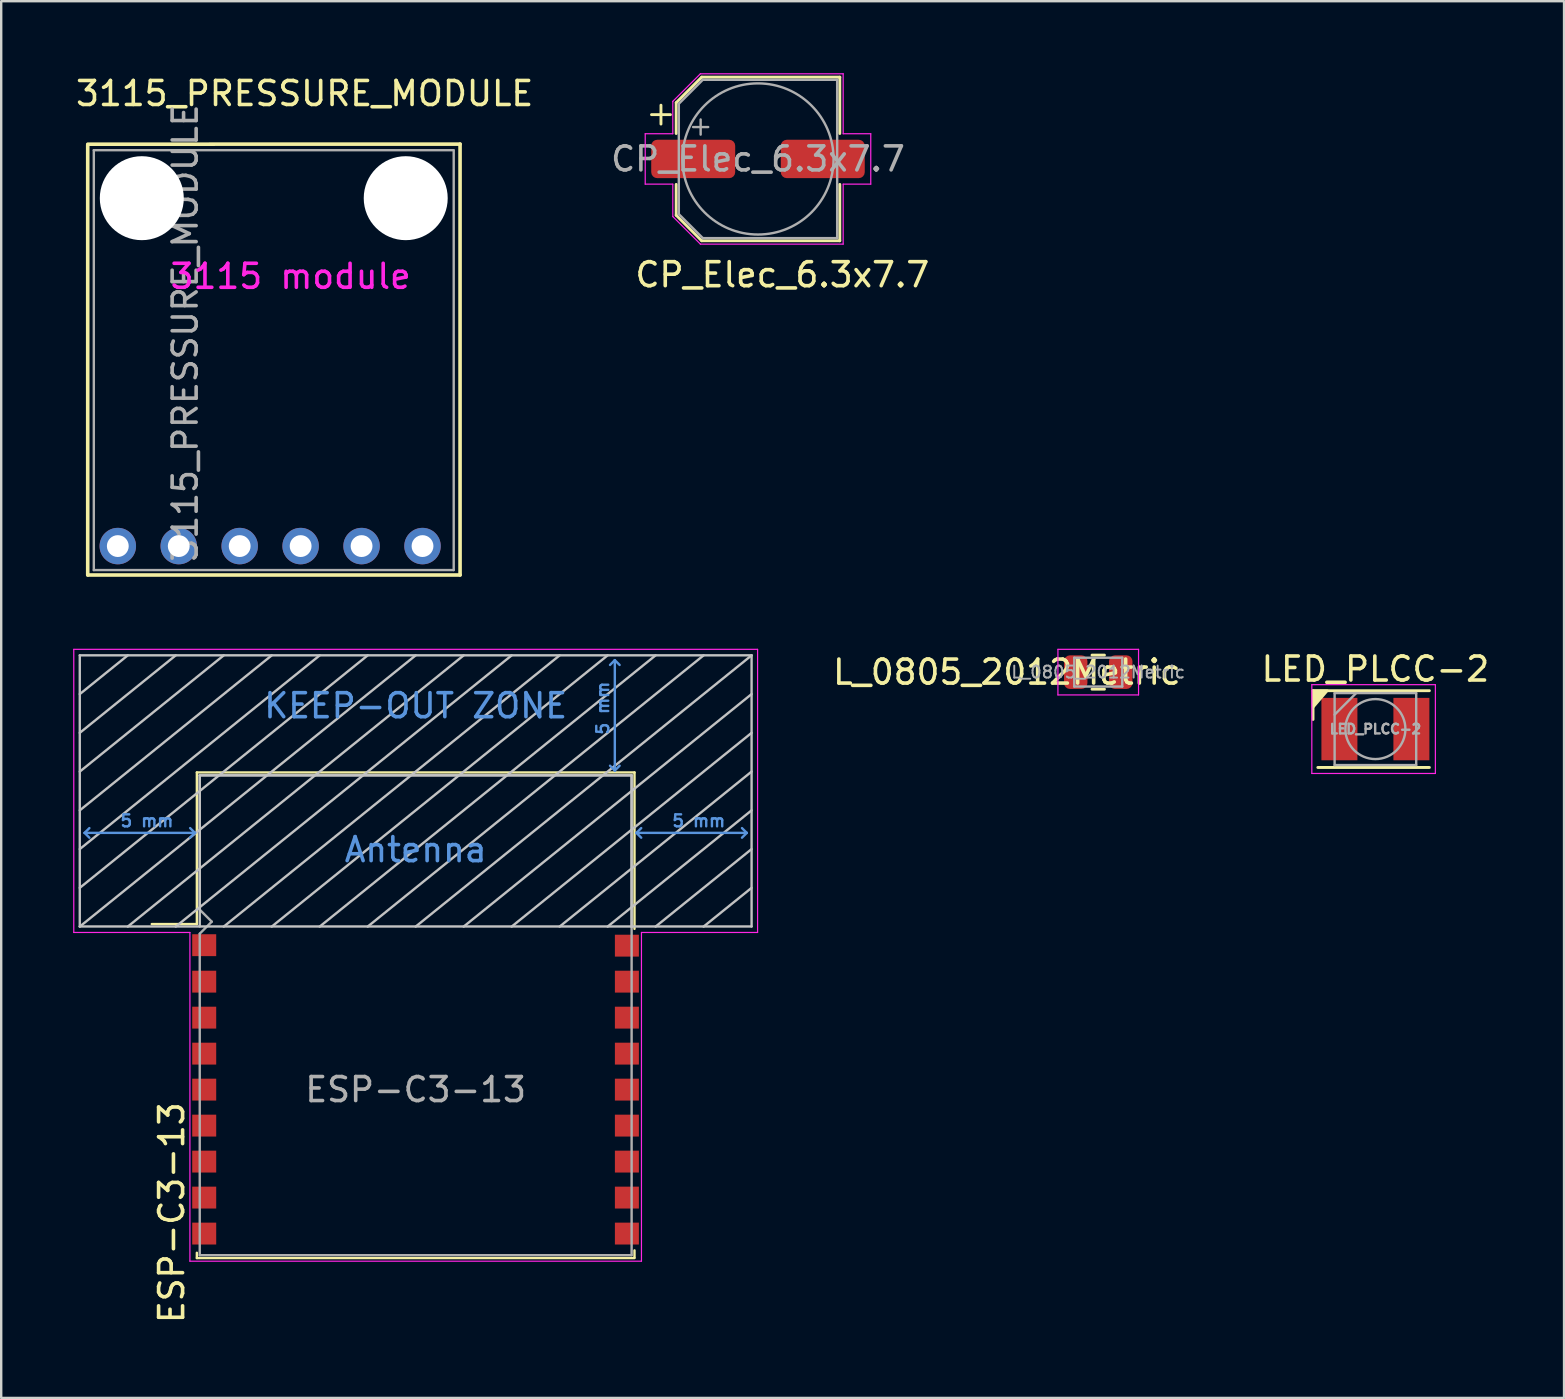
<source format=kicad_pcb>
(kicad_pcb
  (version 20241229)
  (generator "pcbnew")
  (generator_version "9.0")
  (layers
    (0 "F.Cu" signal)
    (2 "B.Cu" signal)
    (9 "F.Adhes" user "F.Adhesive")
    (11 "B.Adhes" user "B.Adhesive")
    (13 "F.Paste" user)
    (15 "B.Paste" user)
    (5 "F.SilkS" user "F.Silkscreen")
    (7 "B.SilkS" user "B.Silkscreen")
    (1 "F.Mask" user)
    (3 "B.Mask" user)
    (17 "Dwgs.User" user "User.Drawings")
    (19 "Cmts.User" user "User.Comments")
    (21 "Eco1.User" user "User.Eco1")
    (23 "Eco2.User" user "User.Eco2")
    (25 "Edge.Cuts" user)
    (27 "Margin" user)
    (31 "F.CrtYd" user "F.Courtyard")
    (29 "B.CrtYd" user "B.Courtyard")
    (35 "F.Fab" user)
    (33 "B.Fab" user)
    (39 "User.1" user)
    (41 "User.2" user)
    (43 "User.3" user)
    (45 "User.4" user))
  (footprint "L_0805_2012Metric"
    (layer "F.Cu")
    (at 42.723 24.964)
    (property "Reference" "L_0805_2012Metric" (at -3.81 0 0) (layer "F.SilkS") (effects (font (size 1 1) (thickness 0.15))))
    (attr smd)
    (fp_line (start -0.259 -0.71) (end 0.259 -0.71) (stroke (width 0.12) (type solid)) (layer "F.SilkS"))
    (fp_line (start -0.259 0.71) (end 0.259 0.71) (stroke (width 0.12) (type solid)) (layer "F.SilkS"))
    (fp_line (start -1.68 -0.95) (end 1.68 -0.95) (stroke (width 0.05) (type solid)) (layer "F.CrtYd"))
    (fp_line (start -1.68 0.95) (end -1.68 -0.95) (stroke (width 0.05) (type solid)) (layer "F.CrtYd"))
    (fp_line (start 1.68 -0.95) (end 1.68 0.95) (stroke (width 0.05) (type solid)) (layer "F.CrtYd"))
    (fp_line (start 1.68 0.95) (end -1.68 0.95) (stroke (width 0.05) (type solid)) (layer "F.CrtYd"))
    (fp_line (start -1 -0.6) (end 1 -0.6) (stroke (width 0.1) (type solid)) (layer "F.Fab"))
    (fp_line (start -1 0.6) (end -1 -0.6) (stroke (width 0.1) (type solid)) (layer "F.Fab"))
    (fp_line (start 1 -0.6) (end 1 0.6) (stroke (width 0.1) (type solid)) (layer "F.Fab"))
    (fp_line (start 1 0.6) (end -1 0.6) (stroke (width 0.1) (type solid)) (layer "F.Fab"))
    (fp_text user "${REFERENCE}" (at 0 0 0) (layer "F.Fab") (effects (font (size 0.5 0.5) (thickness 0.08))))
    (pad "1" smd roundrect (at -0.938 0) (size 0.975 1.4) (layers "F.Cu" "F.Mask" "F.Paste") (roundrect_rratio 0.25))
    (pad "2" smd roundrect (at 0.938 0) (size 0.975 1.4) (layers "F.Cu" "F.Mask" "F.Paste") (roundrect_rratio 0.25)))
  (footprint "3115_PRESSURE_MODULE"
    (layer "F.Cu")
    (at 0.86 3.21)
    (property "Reference" "3115_PRESSURE_MODULE" (at 8.788 -2.362 0) (layer "F.SilkS") (effects (font (size 1 1) (thickness 0.15))))
    (attr through_hole)
    (fp_line (start -0.254 17.704) (end -0.254 -0.229) (stroke (width 0.15) (type solid)) (layer "F.SilkS"))
    (fp_line (start -0.25 -0.25) (end 15.265 -0.254) (stroke (width 0.15) (type solid)) (layer "F.SilkS"))
    (fp_line (start -0.25 17.704) (end 15.265 17.704) (stroke (width 0.15) (type solid)) (layer "F.SilkS"))
    (fp_line (start 15.265 17.704) (end 15.265 -0.254) (stroke (width 0.15) (type solid)) (layer "F.SilkS"))
    (fp_line (start 0 0) (end 14.986 0) (stroke (width 0.1) (type solid)) (layer "F.Fab"))
    (fp_line (start 0 17.5) (end 15 17.5) (stroke (width 0.1) (type solid)) (layer "F.Fab"))
    (fp_line (start 0 17.501) (end 0 0) (stroke (width 0.1) (type solid)) (layer "F.Fab"))
    (fp_line (start 15 17.5) (end 15 0) (stroke (width 0.1) (type solid)) (layer "F.Fab"))
    (fp_text user "3115 module" (at 8.204 5.258 0) (layer "F.CrtYd") (effects (font (size 1 1) (thickness 0.15))))
    (fp_text user "${REFERENCE}" (at 3.81 7.62 90) (layer "F.Fab") (effects (font (size 1 1) (thickness 0.15))))
    (pad "" np_thru_hole circle (at 2 2) (size 3.5 3.5) (drill 3.5) (layers "*.Cu" "*.Mask"))
    (pad "" np_thru_hole circle (at 13 2) (size 3.5 3.5) (drill 3.5) (layers "*.Cu" "*.Mask"))
    (pad "1" thru_hole circle (at 1 16.5 270) (size 1.52 1.52) (drill 0.91) (layers "*.Cu" "*.Paste" "*.Mask"))
    (pad "2" thru_hole circle (at 3.54 16.5 270) (size 1.52 1.52) (drill 0.91) (layers "*.Cu" "*.Mask"))
    (pad "3" thru_hole circle (at 6.08 16.5 270) (size 1.52 1.52) (drill 0.91) (layers "*.Cu" "*.Mask"))
    (pad "4" thru_hole circle (at 8.62 16.5 270) (size 1.52 1.52) (drill 0.91) (layers "*.Cu" "*.Paste" "*.Mask"))
    (pad "5" thru_hole circle (at 11.16 16.5 270) (size 1.52 1.52) (drill 0.91) (layers "*.Cu" "*.Mask"))
    (pad "6" thru_hole circle (at 13.7 16.5 270) (size 1.52 1.52) (drill 0.91) (layers "*.Cu" "*.Mask")))
  (footprint "LED_PLCC-2"
    (layer "F.Cu")
    (at 54.275 27.337)
    (property "Reference" "LED_PLCC-2" (at 0 -2.5 0) (layer "F.SilkS") (effects (font (size 1 1) (thickness 0.15))))
    (attr smd)
    (fp_line (start -2.6 -1.6) (end -2.6 -0.4) (stroke (width 0.12) (type solid)) (layer "F.SilkS"))
    (fp_line (start 2.25 -1.6) (end -2.6 -1.6) (stroke (width 0.12) (type solid)) (layer "F.SilkS"))
    (fp_line (start 2.25 1.6) (end -2.4 1.6) (stroke (width 0.12) (type solid)) (layer "F.SilkS"))
    (fp_poly (pts (xy -2.6 -0.9) (xy -2.6 -1.6) (xy -2 -1.6)) (stroke (width 0.1) (type solid)) (fill yes) (layer "F.SilkS"))
    (fp_line (start -2.65 -1.85) (end 2.5 -1.85) (stroke (width 0.05) (type solid)) (layer "F.CrtYd"))
    (fp_line (start -2.65 1.85) (end -2.65 -1.85) (stroke (width 0.05) (type solid)) (layer "F.CrtYd"))
    (fp_line (start 2.5 -1.85) (end 2.5 1.85) (stroke (width 0.05) (type solid)) (layer "F.CrtYd"))
    (fp_line (start 2.5 1.85) (end -2.65 1.85) (stroke (width 0.05) (type solid)) (layer "F.CrtYd"))
    (fp_line (start -1.7 -1.5) (end -1.7 1.5) (stroke (width 0.1) (type solid)) (layer "F.Fab"))
    (fp_line (start -1.7 -0.6) (end -0.8 -1.5) (stroke (width 0.1) (type solid)) (layer "F.Fab"))
    (fp_line (start -1.7 1.5) (end 1.7 1.5) (stroke (width 0.1) (type solid)) (layer "F.Fab"))
    (fp_line (start 1.7 -1.5) (end -1.7 -1.5) (stroke (width 0.1) (type solid)) (layer "F.Fab"))
    (fp_line (start 1.7 1.5) (end 1.7 -1.5) (stroke (width 0.1) (type solid)) (layer "F.Fab"))
    (fp_circle (center 0 0) (end 0 -1.25) (stroke (width 0.1) (type solid)) (fill no) (layer "F.Fab"))
    (fp_text user "${REFERENCE}" (at 0 0 0) (layer "F.Fab") (effects (font (size 0.4 0.4) (thickness 0.1))))
    (pad "1" smd rect (at -1.5 0) (size 1.5 2.6) (layers "F.Cu" "F.Mask" "F.Paste"))
    (pad "2" smd rect (at 1.5 0) (size 1.5 2.6) (layers "F.Cu" "F.Mask" "F.Paste")))
  (footprint "CP_Elec_6.3x7.7"
    (layer "F.Cu")
    (at 28.542 3.575)
    (property "Reference" "CP_Elec_6.3x7.7" (at 1.016 4.826 180) (layer "F.SilkS") (effects (font (size 1 1) (thickness 0.15))))
    (attr smd)
    (fp_line (start -4.438 -1.847) (end -3.65 -1.847) (stroke (width 0.12) (type solid)) (layer "F.SilkS"))
    (fp_line (start -4.044 -2.241) (end -4.044 -1.454) (stroke (width 0.12) (type solid)) (layer "F.SilkS"))
    (fp_line (start -3.41 -2.346) (end -3.41 -1.06) (stroke (width 0.12) (type solid)) (layer "F.SilkS"))
    (fp_line (start -3.41 -2.346) (end -2.346 -3.41) (stroke (width 0.12) (type solid)) (layer "F.SilkS"))
    (fp_line (start -3.41 2.346) (end -3.41 1.06) (stroke (width 0.12) (type solid)) (layer "F.SilkS"))
    (fp_line (start -3.41 2.346) (end -2.346 3.41) (stroke (width 0.12) (type solid)) (layer "F.SilkS"))
    (fp_line (start -2.346 -3.41) (end 3.41 -3.41) (stroke (width 0.12) (type solid)) (layer "F.SilkS"))
    (fp_line (start -2.346 3.41) (end 3.41 3.41) (stroke (width 0.12) (type solid)) (layer "F.SilkS"))
    (fp_line (start 3.41 -3.41) (end 3.41 -1.06) (stroke (width 0.12) (type solid)) (layer "F.SilkS"))
    (fp_line (start 3.41 3.41) (end 3.41 1.06) (stroke (width 0.12) (type solid)) (layer "F.SilkS"))
    (fp_line (start -4.7 -1.05) (end -4.7 1.05) (stroke (width 0.05) (type solid)) (layer "F.CrtYd"))
    (fp_line (start -4.7 1.05) (end -3.55 1.05) (stroke (width 0.05) (type solid)) (layer "F.CrtYd"))
    (fp_line (start -3.55 -2.4) (end -3.55 -1.05) (stroke (width 0.05) (type solid)) (layer "F.CrtYd"))
    (fp_line (start -3.55 -2.4) (end -2.4 -3.55) (stroke (width 0.05) (type solid)) (layer "F.CrtYd"))
    (fp_line (start -3.55 -1.05) (end -4.7 -1.05) (stroke (width 0.05) (type solid)) (layer "F.CrtYd"))
    (fp_line (start -3.55 1.05) (end -3.55 2.4) (stroke (width 0.05) (type solid)) (layer "F.CrtYd"))
    (fp_line (start -3.55 2.4) (end -2.4 3.55) (stroke (width 0.05) (type solid)) (layer "F.CrtYd"))
    (fp_line (start -2.4 -3.55) (end 3.55 -3.55) (stroke (width 0.05) (type solid)) (layer "F.CrtYd"))
    (fp_line (start -2.4 3.55) (end 3.55 3.55) (stroke (width 0.05) (type solid)) (layer "F.CrtYd"))
    (fp_line (start 3.55 -3.55) (end 3.55 -1.05) (stroke (width 0.05) (type solid)) (layer "F.CrtYd"))
    (fp_line (start 3.55 -1.05) (end 4.7 -1.05) (stroke (width 0.05) (type solid)) (layer "F.CrtYd"))
    (fp_line (start 3.55 1.05) (end 3.55 3.55) (stroke (width 0.05) (type solid)) (layer "F.CrtYd"))
    (fp_line (start 4.7 -1.05) (end 4.7 1.05) (stroke (width 0.05) (type solid)) (layer "F.CrtYd"))
    (fp_line (start 4.7 1.05) (end 3.55 1.05) (stroke (width 0.05) (type solid)) (layer "F.CrtYd"))
    (fp_line (start -3.3 -2.3) (end -3.3 2.3) (stroke (width 0.1) (type solid)) (layer "F.Fab"))
    (fp_line (start -3.3 -2.3) (end -2.3 -3.3) (stroke (width 0.1) (type solid)) (layer "F.Fab"))
    (fp_line (start -3.3 2.3) (end -2.3 3.3) (stroke (width 0.1) (type solid)) (layer "F.Fab"))
    (fp_line (start -2.705 -1.33) (end -2.075 -1.33) (stroke (width 0.1) (type solid)) (layer "F.Fab"))
    (fp_line (start -2.39 -1.645) (end -2.39 -1.015) (stroke (width 0.1) (type solid)) (layer "F.Fab"))
    (fp_line (start -2.3 -3.3) (end 3.3 -3.3) (stroke (width 0.1) (type solid)) (layer "F.Fab"))
    (fp_line (start -2.3 3.3) (end 3.3 3.3) (stroke (width 0.1) (type solid)) (layer "F.Fab"))
    (fp_line (start 3.3 -3.3) (end 3.3 3.3) (stroke (width 0.1) (type solid)) (layer "F.Fab"))
    (fp_circle (center 0 0) (end 3.15 0) (stroke (width 0.1) (type solid)) (fill no) (layer "F.Fab"))
    (fp_text user "${REFERENCE}" (at 0 0 0) (layer "F.Fab") (effects (font (size 1 1) (thickness 0.15))))
    (pad "1" smd roundrect (at -2.7 0) (size 3.5 1.6) (layers "F.Cu" "F.Mask" "F.Paste") (roundrect_rratio 0.156))
    (pad "2" smd roundrect (at 2.7 0) (size 3.5 1.6) (layers "F.Cu" "F.Mask" "F.Paste") (roundrect_rratio 0.156)))
  (footprint "ESP-C3-13"
    (layer "F.Cu")
    (at 14.275 42.364)
    (property "Reference" "ESP-C3-13" (at -10.17 5.13 90) (layer "F.SilkS") (effects (font (size 1 1) (thickness 0.15))))
    (attr smd)
    (fp_line (start -9.12 -13.22) (end -9.12 -6.9) (stroke (width 0.1) (type solid)) (layer "F.SilkS"))
    (fp_line (start -9.12 -13.22) (end 9.12 -13.22) (stroke (width 0.1) (type solid)) (layer "F.SilkS"))
    (fp_line (start -9.12 -6.9) (end -11 -6.9) (stroke (width 0.1) (type solid)) (layer "F.SilkS"))
    (fp_line (start -9.12 6.8) (end -9.12 7.02) (stroke (width 0.1) (type solid)) (layer "F.SilkS"))
    (fp_line (start -9.12 7.02) (end 9.119 7.02) (stroke (width 0.1) (type solid)) (layer "F.SilkS"))
    (fp_line (start 9.12 -13.22) (end 9.12 -6.7) (stroke (width 0.1) (type solid)) (layer "F.SilkS"))
    (fp_line (start 9.12 6.7) (end 9.12 7) (stroke (width 0.1) (type solid)) (layer "F.SilkS"))
    (fp_line (start -14 -6.8) (end -14 -18.1) (stroke (width 0.1) (type solid)) (layer "Dwgs.User"))
    (fp_line (start -12 -18.1) (end -14 -16.485) (stroke (width 0.1) (type solid)) (layer "Dwgs.User"))
    (fp_line (start -10 -18.1) (end -14 -14.87) (stroke (width 0.1) (type solid)) (layer "Dwgs.User"))
    (fp_line (start -9 -13.1) (end 9 -13.1) (stroke (width 0.1) (type solid)) (layer "Dwgs.User"))
    (fp_line (start -9 -6.8) (end -9 -13.1) (stroke (width 0.1) (type solid)) (layer "Dwgs.User"))
    (fp_line (start -8 -18.1) (end -14 -13.255) (stroke (width 0.1) (type solid)) (layer "Dwgs.User"))
    (fp_line (start -8 -6.795) (end 6 -18.1) (stroke (width 0.1) (type solid)) (layer "Dwgs.User"))
    (fp_line (start -6 -18.1) (end -14 -11.64) (stroke (width 0.1) (type solid)) (layer "Dwgs.User"))
    (fp_line (start -4 -18.1) (end -14 -10.025) (stroke (width 0.1) (type solid)) (layer "Dwgs.User"))
    (fp_line (start -2 -18.1) (end -14 -8.41) (stroke (width 0.1) (type solid)) (layer "Dwgs.User"))
    (fp_line (start 0 -18.1) (end -14 -6.795) (stroke (width 0.1) (type solid)) (layer "Dwgs.User"))
    (fp_line (start 2 -18.1) (end -12 -6.795) (stroke (width 0.1) (type solid)) (layer "Dwgs.User"))
    (fp_line (start 4 -18.1) (end -10 -6.795) (stroke (width 0.1) (type solid)) (layer "Dwgs.User"))
    (fp_line (start 8 -18.1) (end -6 -6.795) (stroke (width 0.1) (type solid)) (layer "Dwgs.User"))
    (fp_line (start 9 -13.1) (end 9 -6.78) (stroke (width 0.1) (type solid)) (layer "Dwgs.User"))
    (fp_line (start 10 -18.1) (end -4 -6.795) (stroke (width 0.1) (type solid)) (layer "Dwgs.User"))
    (fp_line (start 12 -18.1) (end -2 -6.795) (stroke (width 0.1) (type solid)) (layer "Dwgs.User"))
    (fp_line (start 14 -18.1) (end -14 -18.1) (stroke (width 0.1) (type solid)) (layer "Dwgs.User"))
    (fp_line (start 14 -18.1) (end 0 -6.795) (stroke (width 0.1) (type solid)) (layer "Dwgs.User"))
    (fp_line (start 14 -16.485) (end 2 -6.795) (stroke (width 0.1) (type solid)) (layer "Dwgs.User"))
    (fp_line (start 14 -14.87) (end 4 -6.795) (stroke (width 0.1) (type solid)) (layer "Dwgs.User"))
    (fp_line (start 14 -13.255) (end 6 -6.795) (stroke (width 0.1) (type solid)) (layer "Dwgs.User"))
    (fp_line (start 14 -11.64) (end 8 -6.795) (stroke (width 0.1) (type solid)) (layer "Dwgs.User"))
    (fp_line (start 14 -10.025) (end 10 -6.795) (stroke (width 0.1) (type solid)) (layer "Dwgs.User"))
    (fp_line (start 14 -8.41) (end 12 -6.795) (stroke (width 0.1) (type solid)) (layer "Dwgs.User"))
    (fp_line (start 14 -6.8) (end -14 -6.8) (stroke (width 0.1) (type solid)) (layer "Dwgs.User"))
    (fp_line (start 14 -6.8) (end 14 -18.1) (stroke (width 0.1) (type solid)) (layer "Dwgs.User"))
    (fp_line (start -13.8 -10.7) (end -13.6 -10.9) (stroke (width 0.1) (type solid)) (layer "Cmts.User"))
    (fp_line (start -13.8 -10.7) (end -13.6 -10.5) (stroke (width 0.1) (type solid)) (layer "Cmts.User"))
    (fp_line (start -13.8 -10.7) (end -9.2 -10.7) (stroke (width 0.1) (type solid)) (layer "Cmts.User"))
    (fp_line (start -9.2 -10.7) (end -9.4 -10.9) (stroke (width 0.1) (type solid)) (layer "Cmts.User"))
    (fp_line (start -9.2 -10.7) (end -9.4 -10.5) (stroke (width 0.1) (type solid)) (layer "Cmts.User"))
    (fp_line (start 8.3 -17.9) (end 8.1 -17.7) (stroke (width 0.1) (type solid)) (layer "Cmts.User"))
    (fp_line (start 8.3 -17.9) (end 8.5 -17.7) (stroke (width 0.1) (type solid)) (layer "Cmts.User"))
    (fp_line (start 8.3 -13.3) (end 8.1 -13.5) (stroke (width 0.1) (type solid)) (layer "Cmts.User"))
    (fp_line (start 8.3 -13.3) (end 8.3 -17.9) (stroke (width 0.1) (type solid)) (layer "Cmts.User"))
    (fp_line (start 8.3 -13.3) (end 8.5 -13.5) (stroke (width 0.1) (type solid)) (layer "Cmts.User"))
    (fp_line (start 9.2 -10.7) (end 9.4 -10.9) (stroke (width 0.1) (type solid)) (layer "Cmts.User"))
    (fp_line (start 9.2 -10.7) (end 9.4 -10.5) (stroke (width 0.1) (type solid)) (layer "Cmts.User"))
    (fp_line (start 9.2 -10.7) (end 13.8 -10.7) (stroke (width 0.1) (type solid)) (layer "Cmts.User"))
    (fp_line (start 13.8 -10.7) (end 13.6 -10.9) (stroke (width 0.1) (type solid)) (layer "Cmts.User"))
    (fp_line (start 13.8 -10.7) (end 13.6 -10.5) (stroke (width 0.1) (type solid)) (layer "Cmts.User"))
    (fp_line (start -14.25 -18.35) (end -14.25 -6.55) (stroke (width 0.05) (type solid)) (layer "F.CrtYd"))
    (fp_line (start -14.25 -18.35) (end 14.25 -18.35) (stroke (width 0.05) (type solid)) (layer "F.CrtYd"))
    (fp_line (start -14.25 -6.55) (end -9.41 -6.55) (stroke (width 0.05) (type solid)) (layer "F.CrtYd"))
    (fp_line (start -9.41 7.15) (end -9.41 -6.55) (stroke (width 0.05) (type solid)) (layer "F.CrtYd"))
    (fp_line (start -9.41 7.15) (end 9.41 7.15) (stroke (width 0.05) (type solid)) (layer "F.CrtYd"))
    (fp_line (start 9.41 -6.55) (end 9.41 7.15) (stroke (width 0.05) (type solid)) (layer "F.CrtYd"))
    (fp_line (start 9.41 -6.55) (end 14.25 -6.55) (stroke (width 0.05) (type solid)) (layer "F.CrtYd"))
    (fp_line (start 14.25 -18.35) (end 14.25 -6.55) (stroke (width 0.05) (type solid)) (layer "F.CrtYd"))
    (fp_line (start -9 -13.1) (end -9 -7.5) (stroke (width 0.1) (type solid)) (layer "F.Fab"))
    (fp_line (start -9 -13.1) (end 9 -13.1) (stroke (width 0.1) (type solid)) (layer "F.Fab"))
    (fp_line (start -9 -7.5) (end -8.5 -7) (stroke (width 0.1) (type solid)) (layer "F.Fab"))
    (fp_line (start -9 -6.5) (end -9 6.9) (stroke (width 0.1) (type solid)) (layer "F.Fab"))
    (fp_line (start -9 6.9) (end 9 6.9) (stroke (width 0.1) (type solid)) (layer "F.Fab"))
    (fp_line (start -8.5 -7) (end -9 -6.5) (stroke (width 0.1) (type solid)) (layer "F.Fab"))
    (fp_line (start 9 6.9) (end 9 -13.1) (stroke (width 0.1) (type solid)) (layer "F.Fab"))
    (fp_text user "KEEP-OUT ZONE" (at 0 -16 0) (layer "Cmts.User") (effects (font (size 1 1) (thickness 0.15))))
    (fp_text user "5 mm" (at -11.2 -11.2 0) (layer "Cmts.User") (effects (font (size 0.5 0.5) (thickness 0.1))))
    (fp_text user "5 mm" (at 7.8 -15.9 90) (layer "Cmts.User") (effects (font (size 0.5 0.5) (thickness 0.1))))
    (fp_text user "Antenna" (at 0 -10 0) (layer "Cmts.User") (effects (font (size 1 1) (thickness 0.15))))
    (fp_text user "5 mm" (at 11.8 -11.2 0) (layer "Cmts.User") (effects (font (size 0.5 0.5) (thickness 0.1))))
    (fp_text user "${REFERENCE}" (at 0 0 0) (layer "F.Fab") (effects (font (size 1 1) (thickness 0.15))))
    (pad "1" smd rect (at -8.814 -6.02) (size 1 0.912) (layers "F.Cu" "F.Mask" "F.Paste"))
    (pad "2" smd rect (at -8.814 -4.5) (size 1 0.912) (layers "F.Cu" "F.Mask" "F.Paste"))
    (pad "3" smd rect (at -8.814 -3) (size 1 0.912) (layers "F.Cu" "F.Mask" "F.Paste"))
    (pad "4" smd rect (at -8.814 -1.5) (size 1 0.912) (layers "F.Cu" "F.Mask" "F.Paste"))
    (pad "5" smd rect (at -8.814 0) (size 1 0.912) (layers "F.Cu" "F.Mask" "F.Paste"))
    (pad "6" smd rect (at -8.814 1.5) (size 1 0.912) (layers "F.Cu" "F.Mask" "F.Paste"))
    (pad "7" smd rect (at -8.814 3) (size 1 0.912) (layers "F.Cu" "F.Mask" "F.Paste"))
    (pad "8" smd rect (at -8.814 4.5) (size 1 0.912) (layers "F.Cu" "F.Mask" "F.Paste"))
    (pad "9" smd rect (at -8.814 6) (size 1 0.912) (layers "F.Cu" "F.Mask" "F.Paste"))
    (pad "10" smd rect (at 8.803 6) (size 1 0.912) (layers "F.Cu" "F.Mask" "F.Paste"))
    (pad "11" smd rect (at 8.803 4.5) (size 1 0.912) (layers "F.Cu" "F.Mask" "F.Paste"))
    (pad "12" smd rect (at 8.803 3) (size 1 0.912) (layers "F.Cu" "F.Mask" "F.Paste"))
    (pad "13" smd rect (at 8.803 1.5) (size 1 0.912) (layers "F.Cu" "F.Mask" "F.Paste"))
    (pad "14" smd rect (at 8.803 0) (size 1 0.912) (layers "F.Cu" "F.Mask" "F.Paste"))
    (pad "15" smd rect (at 8.803 -1.5) (size 1 0.912) (layers "F.Cu" "F.Mask" "F.Paste"))
    (pad "16" smd rect (at 8.803 -3) (size 1 0.912) (layers "F.Cu" "F.Mask" "F.Paste"))
    (pad "17" smd rect (at 8.803 -4.5) (size 1 0.912) (layers "F.Cu" "F.Mask" "F.Paste"))
    (pad "18" smd rect (at 8.803 -6) (size 1 0.912) (layers "F.Cu" "F.Mask" "F.Paste")))
  (gr_rect
    (start -3 -3)
    (end 62.138 55.214)
    (stroke (width 0.1) (type default))
    (fill no)
    (layer "Edge.Cuts")))
</source>
